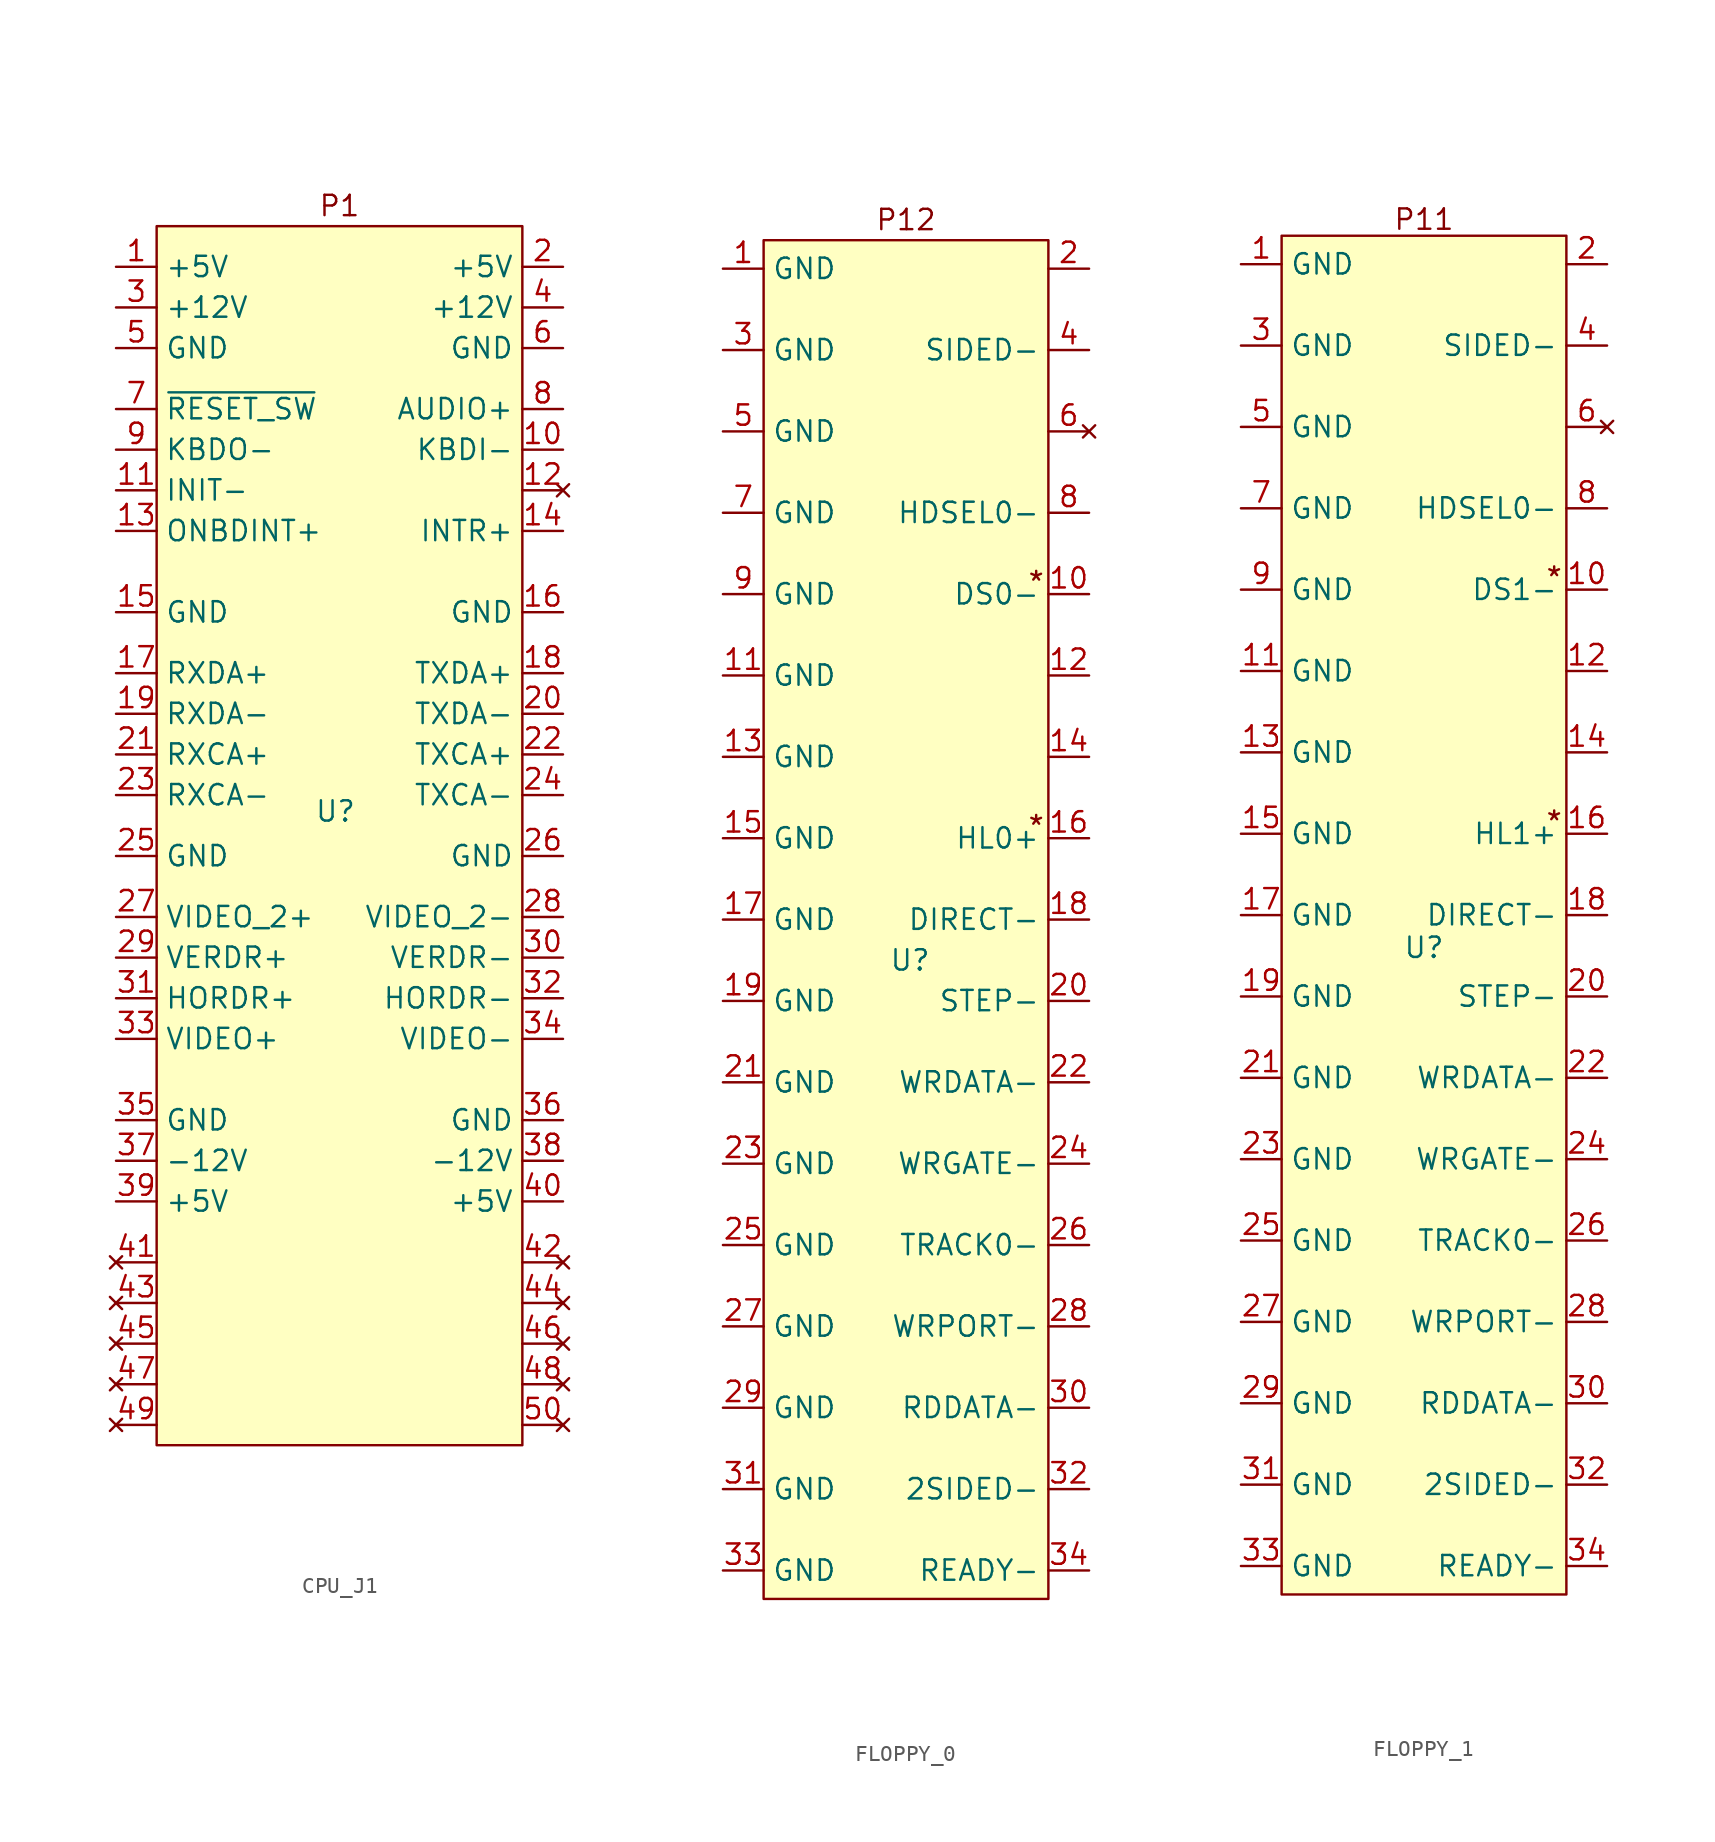
<source format=kicad_sym>
(kicad_symbol_lib
  (version 20241209)
  (generator "kicad_symbol_editor")
  (generator_version "9.0")
  (symbol "CPU_J1"
    (property "Reference" "U"
      (at -0.254 0.254 0)
      (effects (font (size 1.27 1.27))))
    (property "Value" ""
      (at 0 0 0)
      (effects (font (size 1.27 1.27))))
    (symbol "CPU_J1_1_1"
      (rectangle (start -11.43 36.83) (end 11.43 -39.37) (stroke (width 0) (type solid)) (fill (type background)))
      (text "P1" (at 0 38.1 0) (effects (font (size 1.27 1.27))))
      (pin power_in line (at -13.97 34.29 0) (length 2.54) (name "+5V" (effects (font (size 1.27 1.27)))) (number "1" (effects (font (size 1.27 1.27)))))
      (pin power_in line (at -13.97 31.75 0) (length 2.54) (name "+12V" (effects (font (size 1.27 1.27)))) (number "3" (effects (font (size 1.27 1.27)))))
      (pin power_in line (at -13.97 29.21 0) (length 2.54) (name "GND" (effects (font (size 1.27 1.27)))) (number "5" (effects (font (size 1.27 1.27)))))
      (pin bidirectional line (at -13.97 25.4 0) (length 2.54) (name "~{RESET_SW}" (effects (font (size 1.27 1.27)))) (number "7" (effects (font (size 1.27 1.27)))))
      (pin output line (at -13.97 22.86 0) (length 2.54) (name "KBDO-" (effects (font (size 1.27 1.27)))) (number "9" (effects (font (size 1.27 1.27)))))
      (pin output line (at -13.97 20.32 0) (length 2.54) (name "INIT-" (effects (font (size 1.27 1.27)))) (number "11" (effects (font (size 1.27 1.27)))))
      (pin output line (at -13.97 17.78 0) (length 2.54) (name "ONBDINT+" (effects (font (size 1.27 1.27)))) (number "13" (effects (font (size 1.27 1.27)))))
      (pin power_in line (at -13.97 12.7 0) (length 2.54) (name "GND" (effects (font (size 1.27 1.27)))) (number "15" (effects (font (size 1.27 1.27)))))
      (pin input line (at -13.97 8.89 0) (length 2.54) (name "RXDA+" (effects (font (size 1.27 1.27)))) (number "17" (effects (font (size 1.27 1.27)))))
      (pin input line (at -13.97 6.35 0) (length 2.54) (name "RXDA-" (effects (font (size 1.27 1.27)))) (number "19" (effects (font (size 1.27 1.27)))))
      (pin input line (at -13.97 3.81 0) (length 2.54) (name "RXCA+" (effects (font (size 1.27 1.27)))) (number "21" (effects (font (size 1.27 1.27)))))
      (pin input line (at -13.97 1.27 0) (length 2.54) (name "RXCA-" (effects (font (size 1.27 1.27)))) (number "23" (effects (font (size 1.27 1.27)))))
      (pin power_in line (at -13.97 -2.54 0) (length 2.54) (name "GND" (effects (font (size 1.27 1.27)))) (number "25" (effects (font (size 1.27 1.27)))))
      (pin input line (at -13.97 -6.35 0) (length 2.54) (name "VIDEO_2+" (effects (font (size 1.27 1.27)))) (number "27" (effects (font (size 1.27 1.27)))))
      (pin output line (at -13.97 -8.89 0) (length 2.54) (name "VERDR+" (effects (font (size 1.27 1.27)))) (number "29" (effects (font (size 1.27 1.27)))))
      (pin output line (at -13.97 -11.43 0) (length 2.54) (name "HORDR+" (effects (font (size 1.27 1.27)))) (number "31" (effects (font (size 1.27 1.27)))))
      (pin output line (at -13.97 -13.97 0) (length 2.54) (name "VIDEO+" (effects (font (size 1.27 1.27)))) (number "33" (effects (font (size 1.27 1.27)))))
      (pin power_in line (at -13.97 -19.05 0) (length 2.54) (name "GND" (effects (font (size 1.27 1.27)))) (number "35" (effects (font (size 1.27 1.27)))))
      (pin power_in line (at -13.97 -21.59 0) (length 2.54) (name "-12V" (effects (font (size 1.27 1.27)))) (number "37" (effects (font (size 1.27 1.27)))))
      (pin power_in line (at -13.97 -24.13 0) (length 2.54) (name "+5V" (effects (font (size 1.27 1.27)))) (number "39" (effects (font (size 1.27 1.27)))))
      (pin no_connect line (at -13.97 -27.94 0) (length 2.54) (name "" (effects (font (size 1.27 1.27)))) (number "41" (effects (font (size 1.27 1.27)))))
      (pin no_connect line (at -13.97 -30.48 0) (length 2.54) (name "" (effects (font (size 1.27 1.27)))) (number "43" (effects (font (size 1.27 1.27)))))
      (pin no_connect line (at -13.97 -33.02 0) (length 2.54) (name "" (effects (font (size 1.27 1.27)))) (number "45" (effects (font (size 1.27 1.27)))))
      (pin no_connect line (at -13.97 -35.56 0) (length 2.54) (name "" (effects (font (size 1.27 1.27)))) (number "47" (effects (font (size 1.27 1.27)))))
      (pin no_connect line (at -13.97 -38.1 0) (length 2.54) (name "" (effects (font (size 1.27 1.27)))) (number "49" (effects (font (size 1.27 1.27)))))
      (pin power_in line (at 13.97 34.29 180) (length 2.54) (name "+5V" (effects (font (size 1.27 1.27)))) (number "2" (effects (font (size 1.27 1.27)))))
      (pin power_in line (at 13.97 31.75 180) (length 2.54) (name "+12V" (effects (font (size 1.27 1.27)))) (number "4" (effects (font (size 1.27 1.27)))))
      (pin power_in line (at 13.97 29.21 180) (length 2.54) (name "GND" (effects (font (size 1.27 1.27)))) (number "6" (effects (font (size 1.27 1.27)))))
      (pin output line (at 13.97 25.4 180) (length 2.54) (name "AUDIO+" (effects (font (size 1.27 1.27)))) (number "8" (effects (font (size 1.27 1.27)))))
      (pin input line (at 13.97 22.86 180) (length 2.54) (name "KBDI-" (effects (font (size 1.27 1.27)))) (number "10" (effects (font (size 1.27 1.27)))))
      (pin no_connect line (at 13.97 20.32 180) (length 2.54) (name "" (effects (font (size 1.27 1.27)))) (number "12" (effects (font (size 1.27 1.27)))))
      (pin input line (at 13.97 17.78 180) (length 2.54) (name "INTR+" (effects (font (size 1.27 1.27)))) (number "14" (effects (font (size 1.27 1.27)))))
      (pin power_in line (at 13.97 12.7 180) (length 2.54) (name "GND" (effects (font (size 1.27 1.27)))) (number "16" (effects (font (size 1.27 1.27)))))
      (pin output line (at 13.97 8.89 180) (length 2.54) (name "TXDA+" (effects (font (size 1.27 1.27)))) (number "18" (effects (font (size 1.27 1.27)))))
      (pin output line (at 13.97 6.35 180) (length 2.54) (name "TXDA-" (effects (font (size 1.27 1.27)))) (number "20" (effects (font (size 1.27 1.27)))))
      (pin output line (at 13.97 3.81 180) (length 2.54) (name "TXCA+" (effects (font (size 1.27 1.27)))) (number "22" (effects (font (size 1.27 1.27)))))
      (pin output line (at 13.97 1.27 180) (length 2.54) (name "TXCA-" (effects (font (size 1.27 1.27)))) (number "24" (effects (font (size 1.27 1.27)))))
      (pin power_in line (at 13.97 -2.54 180) (length 2.54) (name "GND" (effects (font (size 1.27 1.27)))) (number "26" (effects (font (size 1.27 1.27)))))
      (pin input line (at 13.97 -6.35 180) (length 2.54) (name "VIDEO_2-" (effects (font (size 1.27 1.27)))) (number "28" (effects (font (size 1.27 1.27)))))
      (pin output line (at 13.97 -8.89 180) (length 2.54) (name "VERDR-" (effects (font (size 1.27 1.27)))) (number "30" (effects (font (size 1.27 1.27)))))
      (pin output line (at 13.97 -11.43 180) (length 2.54) (name "HORDR-" (effects (font (size 1.27 1.27)))) (number "32" (effects (font (size 1.27 1.27)))))
      (pin output line (at 13.97 -13.97 180) (length 2.54) (name "VIDEO-" (effects (font (size 1.27 1.27)))) (number "34" (effects (font (size 1.27 1.27)))))
      (pin power_in line (at 13.97 -19.05 180) (length 2.54) (name "GND" (effects (font (size 1.27 1.27)))) (number "36" (effects (font (size 1.27 1.27)))))
      (pin power_in line (at 13.97 -21.59 180) (length 2.54) (name "-12V" (effects (font (size 1.27 1.27)))) (number "38" (effects (font (size 1.27 1.27)))))
      (pin power_in line (at 13.97 -24.13 180) (length 2.54) (name "+5V" (effects (font (size 1.27 1.27)))) (number "40" (effects (font (size 1.27 1.27)))))
      (pin no_connect line (at 13.97 -27.94 180) (length 2.54) (name "" (effects (font (size 1.27 1.27)))) (number "42" (effects (font (size 1.27 1.27)))))
      (pin no_connect line (at 13.97 -30.48 180) (length 2.54) (name "" (effects (font (size 1.27 1.27)))) (number "44" (effects (font (size 1.27 1.27)))))
      (pin no_connect line (at 13.97 -33.02 180) (length 2.54) (name "" (effects (font (size 1.27 1.27)))) (number "46" (effects (font (size 1.27 1.27)))))
      (pin no_connect line (at 13.97 -35.56 180) (length 2.54) (name "" (effects (font (size 1.27 1.27)))) (number "48" (effects (font (size 1.27 1.27)))))
      (pin no_connect line (at 13.97 -38.1 180) (length 2.54) (name "" (effects (font (size 1.27 1.27)))) (number "50" (effects (font (size 1.27 1.27)))))))
  (symbol "FLOPPY_0"
    (property "Reference" "U"
      (at 0.254 -2.54 0)
      (effects (font (size 1.27 1.27))))
    (property "Value" ""
      (at -1.27 0 0)
      (effects (font (size 1.27 1.27))))
    (symbol "FLOPPY_0_1_1"
      (rectangle (start -8.89 42.418) (end 8.89 -42.418) (stroke (width 0) (type solid)) (fill (type background)))
      (text "P12" (at 0 43.688 0) (effects (font (size 1.27 1.27))))
      (text "*" (at 8.128 21.082 0) (effects (font (size 1.27 1.27))))
      (text "*" (at 8.128 5.842 0) (effects (font (size 1.27 1.27))))
      (pin power_in line (at -11.43 40.64 0) (length 2.54) (name "GND" (effects (font (size 1.27 1.27)))) (number "1" (effects (font (size 1.27 1.27)))))
      (pin power_in line (at -11.43 35.56 0) (length 2.54) (name "GND" (effects (font (size 1.27 1.27)))) (number "3" (effects (font (size 1.27 1.27)))))
      (pin power_in line (at -11.43 30.48 0) (length 2.54) (name "GND" (effects (font (size 1.27 1.27)))) (number "5" (effects (font (size 1.27 1.27)))))
      (pin power_in line (at -11.43 25.4 0) (length 2.54) (name "GND" (effects (font (size 1.27 1.27)))) (number "7" (effects (font (size 1.27 1.27)))))
      (pin power_in line (at -11.43 20.32 0) (length 2.54) (name "GND" (effects (font (size 1.27 1.27)))) (number "9" (effects (font (size 1.27 1.27)))))
      (pin power_in line (at -11.43 15.24 0) (length 2.54) (name "GND" (effects (font (size 1.27 1.27)))) (number "11" (effects (font (size 1.27 1.27)))))
      (pin power_in line (at -11.43 10.16 0) (length 2.54) (name "GND" (effects (font (size 1.27 1.27)))) (number "13" (effects (font (size 1.27 1.27)))))
      (pin power_in line (at -11.43 5.08 0) (length 2.54) (name "GND" (effects (font (size 1.27 1.27)))) (number "15" (effects (font (size 1.27 1.27)))))
      (pin power_in line (at -11.43 0 0) (length 2.54) (name "GND" (effects (font (size 1.27 1.27)))) (number "17" (effects (font (size 1.27 1.27)))))
      (pin power_in line (at -11.43 -5.08 0) (length 2.54) (name "GND" (effects (font (size 1.27 1.27)))) (number "19" (effects (font (size 1.27 1.27)))))
      (pin power_in line (at -11.43 -10.16 0) (length 2.54) (name "GND" (effects (font (size 1.27 1.27)))) (number "21" (effects (font (size 1.27 1.27)))))
      (pin power_in line (at -11.43 -15.24 0) (length 2.54) (name "GND" (effects (font (size 1.27 1.27)))) (number "23" (effects (font (size 1.27 1.27)))))
      (pin power_in line (at -11.43 -20.32 0) (length 2.54) (name "GND" (effects (font (size 1.27 1.27)))) (number "25" (effects (font (size 1.27 1.27)))))
      (pin power_in line (at -11.43 -25.4 0) (length 2.54) (name "GND" (effects (font (size 1.27 1.27)))) (number "27" (effects (font (size 1.27 1.27)))))
      (pin power_in line (at -11.43 -30.48 0) (length 2.54) (name "GND" (effects (font (size 1.27 1.27)))) (number "29" (effects (font (size 1.27 1.27)))))
      (pin power_in line (at -11.43 -35.56 0) (length 2.54) (name "GND" (effects (font (size 1.27 1.27)))) (number "31" (effects (font (size 1.27 1.27)))))
      (pin power_in line (at -11.43 -40.64 0) (length 2.54) (name "GND" (effects (font (size 1.27 1.27)))) (number "33" (effects (font (size 1.27 1.27)))))
      (pin input line (at 11.43 40.64 180) (length 2.54) (name "" (effects (font (size 1.27 1.27)))) (number "2" (effects (font (size 1.27 1.27)))))
      (pin input line (at 11.43 35.56 180) (length 2.54) (name "SIDED-" (effects (font (size 1.27 1.27)))) (number "4" (effects (font (size 1.27 1.27)))))
      (pin no_connect line (at 11.43 30.48 180) (length 2.54) (name "" (effects (font (size 1.27 1.27)))) (number "6" (effects (font (size 1.27 1.27)))))
      (pin input line (at 11.43 25.4 180) (length 2.54) (name "HDSEL0-" (effects (font (size 1.27 1.27)))) (number "8" (effects (font (size 1.27 1.27)))))
      (pin input line (at 11.43 20.32 180) (length 2.54) (name "DS0-" (effects (font (size 1.27 1.27)))) (number "10" (effects (font (size 1.27 1.27)))))
      (pin input line (at 11.43 15.24 180) (length 2.54) (name "" (effects (font (size 1.27 1.27)))) (number "12" (effects (font (size 1.27 1.27)))))
      (pin input line (at 11.43 10.16 180) (length 2.54) (name "" (effects (font (size 1.27 1.27)))) (number "14" (effects (font (size 1.27 1.27)))))
      (pin input line (at 11.43 5.08 180) (length 2.54) (name "HL0+" (effects (font (size 1.27 1.27)))) (number "16" (effects (font (size 1.27 1.27)))))
      (pin input line (at 11.43 0 180) (length 2.54) (name "DIRECT-" (effects (font (size 1.27 1.27)))) (number "18" (effects (font (size 1.27 1.27)))))
      (pin input line (at 11.43 -5.08 180) (length 2.54) (name "STEP-" (effects (font (size 1.27 1.27)))) (number "20" (effects (font (size 1.27 1.27)))))
      (pin input line (at 11.43 -10.16 180) (length 2.54) (name "WRDATA-" (effects (font (size 1.27 1.27)))) (number "22" (effects (font (size 1.27 1.27)))))
      (pin input line (at 11.43 -15.24 180) (length 2.54) (name "WRGATE-" (effects (font (size 1.27 1.27)))) (number "24" (effects (font (size 1.27 1.27)))))
      (pin input line (at 11.43 -20.32 180) (length 2.54) (name "TRACK0-" (effects (font (size 1.27 1.27)))) (number "26" (effects (font (size 1.27 1.27)))))
      (pin input line (at 11.43 -25.4 180) (length 2.54) (name "WRPORT-" (effects (font (size 1.27 1.27)))) (number "28" (effects (font (size 1.27 1.27)))))
      (pin input line (at 11.43 -30.48 180) (length 2.54) (name "RDDATA-" (effects (font (size 1.27 1.27)))) (number "30" (effects (font (size 1.27 1.27)))))
      (pin input line (at 11.43 -35.56 180) (length 2.54) (name "2SIDED-" (effects (font (size 1.27 1.27)))) (number "32" (effects (font (size 1.27 1.27)))))
      (pin input line (at 11.43 -40.64 180) (length 2.54) (name "READY-" (effects (font (size 1.27 1.27)))) (number "34" (effects (font (size 1.27 1.27)))))))
  (symbol "FLOPPY_1"
    (property "Reference" "U"
      (at 0 -2.032 0)
      (effects (font (size 1.27 1.27))))
    (property "Value" ""
      (at 0 0 0)
      (effects (font (size 1.27 1.27))))
    (symbol "FLOPPY_1_1_1"
      (rectangle (start -8.89 42.418) (end 8.89 -42.418) (stroke (width 0) (type solid)) (fill (type background)))
      (text "P11" (at 0 43.434 0) (effects (font (size 1.27 1.27))))
      (text "*" (at 8.128 21.082 0) (effects (font (size 1.27 1.27))))
      (text "*" (at 8.128 5.842 0) (effects (font (size 1.27 1.27))))
      (pin power_in line (at -11.43 40.64 0) (length 2.54) (name "GND" (effects (font (size 1.27 1.27)))) (number "1" (effects (font (size 1.27 1.27)))))
      (pin power_in line (at -11.43 35.56 0) (length 2.54) (name "GND" (effects (font (size 1.27 1.27)))) (number "3" (effects (font (size 1.27 1.27)))))
      (pin power_in line (at -11.43 30.48 0) (length 2.54) (name "GND" (effects (font (size 1.27 1.27)))) (number "5" (effects (font (size 1.27 1.27)))))
      (pin power_in line (at -11.43 25.4 0) (length 2.54) (name "GND" (effects (font (size 1.27 1.27)))) (number "7" (effects (font (size 1.27 1.27)))))
      (pin power_in line (at -11.43 20.32 0) (length 2.54) (name "GND" (effects (font (size 1.27 1.27)))) (number "9" (effects (font (size 1.27 1.27)))))
      (pin power_in line (at -11.43 15.24 0) (length 2.54) (name "GND" (effects (font (size 1.27 1.27)))) (number "11" (effects (font (size 1.27 1.27)))))
      (pin power_in line (at -11.43 10.16 0) (length 2.54) (name "GND" (effects (font (size 1.27 1.27)))) (number "13" (effects (font (size 1.27 1.27)))))
      (pin power_in line (at -11.43 5.08 0) (length 2.54) (name "GND" (effects (font (size 1.27 1.27)))) (number "15" (effects (font (size 1.27 1.27)))))
      (pin power_in line (at -11.43 0 0) (length 2.54) (name "GND" (effects (font (size 1.27 1.27)))) (number "17" (effects (font (size 1.27 1.27)))))
      (pin power_in line (at -11.43 -5.08 0) (length 2.54) (name "GND" (effects (font (size 1.27 1.27)))) (number "19" (effects (font (size 1.27 1.27)))))
      (pin power_in line (at -11.43 -10.16 0) (length 2.54) (name "GND" (effects (font (size 1.27 1.27)))) (number "21" (effects (font (size 1.27 1.27)))))
      (pin power_in line (at -11.43 -15.24 0) (length 2.54) (name "GND" (effects (font (size 1.27 1.27)))) (number "23" (effects (font (size 1.27 1.27)))))
      (pin power_in line (at -11.43 -20.32 0) (length 2.54) (name "GND" (effects (font (size 1.27 1.27)))) (number "25" (effects (font (size 1.27 1.27)))))
      (pin power_in line (at -11.43 -25.4 0) (length 2.54) (name "GND" (effects (font (size 1.27 1.27)))) (number "27" (effects (font (size 1.27 1.27)))))
      (pin power_in line (at -11.43 -30.48 0) (length 2.54) (name "GND" (effects (font (size 1.27 1.27)))) (number "29" (effects (font (size 1.27 1.27)))))
      (pin power_in line (at -11.43 -35.56 0) (length 2.54) (name "GND" (effects (font (size 1.27 1.27)))) (number "31" (effects (font (size 1.27 1.27)))))
      (pin power_in line (at -11.43 -40.64 0) (length 2.54) (name "GND" (effects (font (size 1.27 1.27)))) (number "33" (effects (font (size 1.27 1.27)))))
      (pin input line (at 11.43 40.64 180) (length 2.54) (name "" (effects (font (size 1.27 1.27)))) (number "2" (effects (font (size 1.27 1.27)))))
      (pin input line (at 11.43 35.56 180) (length 2.54) (name "SIDED-" (effects (font (size 1.27 1.27)))) (number "4" (effects (font (size 1.27 1.27)))))
      (pin no_connect line (at 11.43 30.48 180) (length 2.54) (name "" (effects (font (size 1.27 1.27)))) (number "6" (effects (font (size 1.27 1.27)))))
      (pin input line (at 11.43 25.4 180) (length 2.54) (name "HDSEL0-" (effects (font (size 1.27 1.27)))) (number "8" (effects (font (size 1.27 1.27)))))
      (pin input line (at 11.43 20.32 180) (length 2.54) (name "DS1-" (effects (font (size 1.27 1.27)))) (number "10" (effects (font (size 1.27 1.27)))))
      (pin input line (at 11.43 15.24 180) (length 2.54) (name "" (effects (font (size 1.27 1.27)))) (number "12" (effects (font (size 1.27 1.27)))))
      (pin input line (at 11.43 10.16 180) (length 2.54) (name "" (effects (font (size 1.27 1.27)))) (number "14" (effects (font (size 1.27 1.27)))))
      (pin input line (at 11.43 5.08 180) (length 2.54) (name "HL1+" (effects (font (size 1.27 1.27)))) (number "16" (effects (font (size 1.27 1.27)))))
      (pin input line (at 11.43 0 180) (length 2.54) (name "DIRECT-" (effects (font (size 1.27 1.27)))) (number "18" (effects (font (size 1.27 1.27)))))
      (pin input line (at 11.43 -5.08 180) (length 2.54) (name "STEP-" (effects (font (size 1.27 1.27)))) (number "20" (effects (font (size 1.27 1.27)))))
      (pin input line (at 11.43 -10.16 180) (length 2.54) (name "WRDATA-" (effects (font (size 1.27 1.27)))) (number "22" (effects (font (size 1.27 1.27)))))
      (pin input line (at 11.43 -15.24 180) (length 2.54) (name "WRGATE-" (effects (font (size 1.27 1.27)))) (number "24" (effects (font (size 1.27 1.27)))))
      (pin input line (at 11.43 -20.32 180) (length 2.54) (name "TRACK0-" (effects (font (size 1.27 1.27)))) (number "26" (effects (font (size 1.27 1.27)))))
      (pin input line (at 11.43 -25.4 180) (length 2.54) (name "WRPORT-" (effects (font (size 1.27 1.27)))) (number "28" (effects (font (size 1.27 1.27)))))
      (pin input line (at 11.43 -30.48 180) (length 2.54) (name "RDDATA-" (effects (font (size 1.27 1.27)))) (number "30" (effects (font (size 1.27 1.27)))))
      (pin input line (at 11.43 -35.56 180) (length 2.54) (name "2SIDED-" (effects (font (size 1.27 1.27)))) (number "32" (effects (font (size 1.27 1.27)))))
      (pin input line (at 11.43 -40.64 180) (length 2.54) (name "READY-" (effects (font (size 1.27 1.27)))) (number "34" (effects (font (size 1.27 1.27))))))))
</source>
